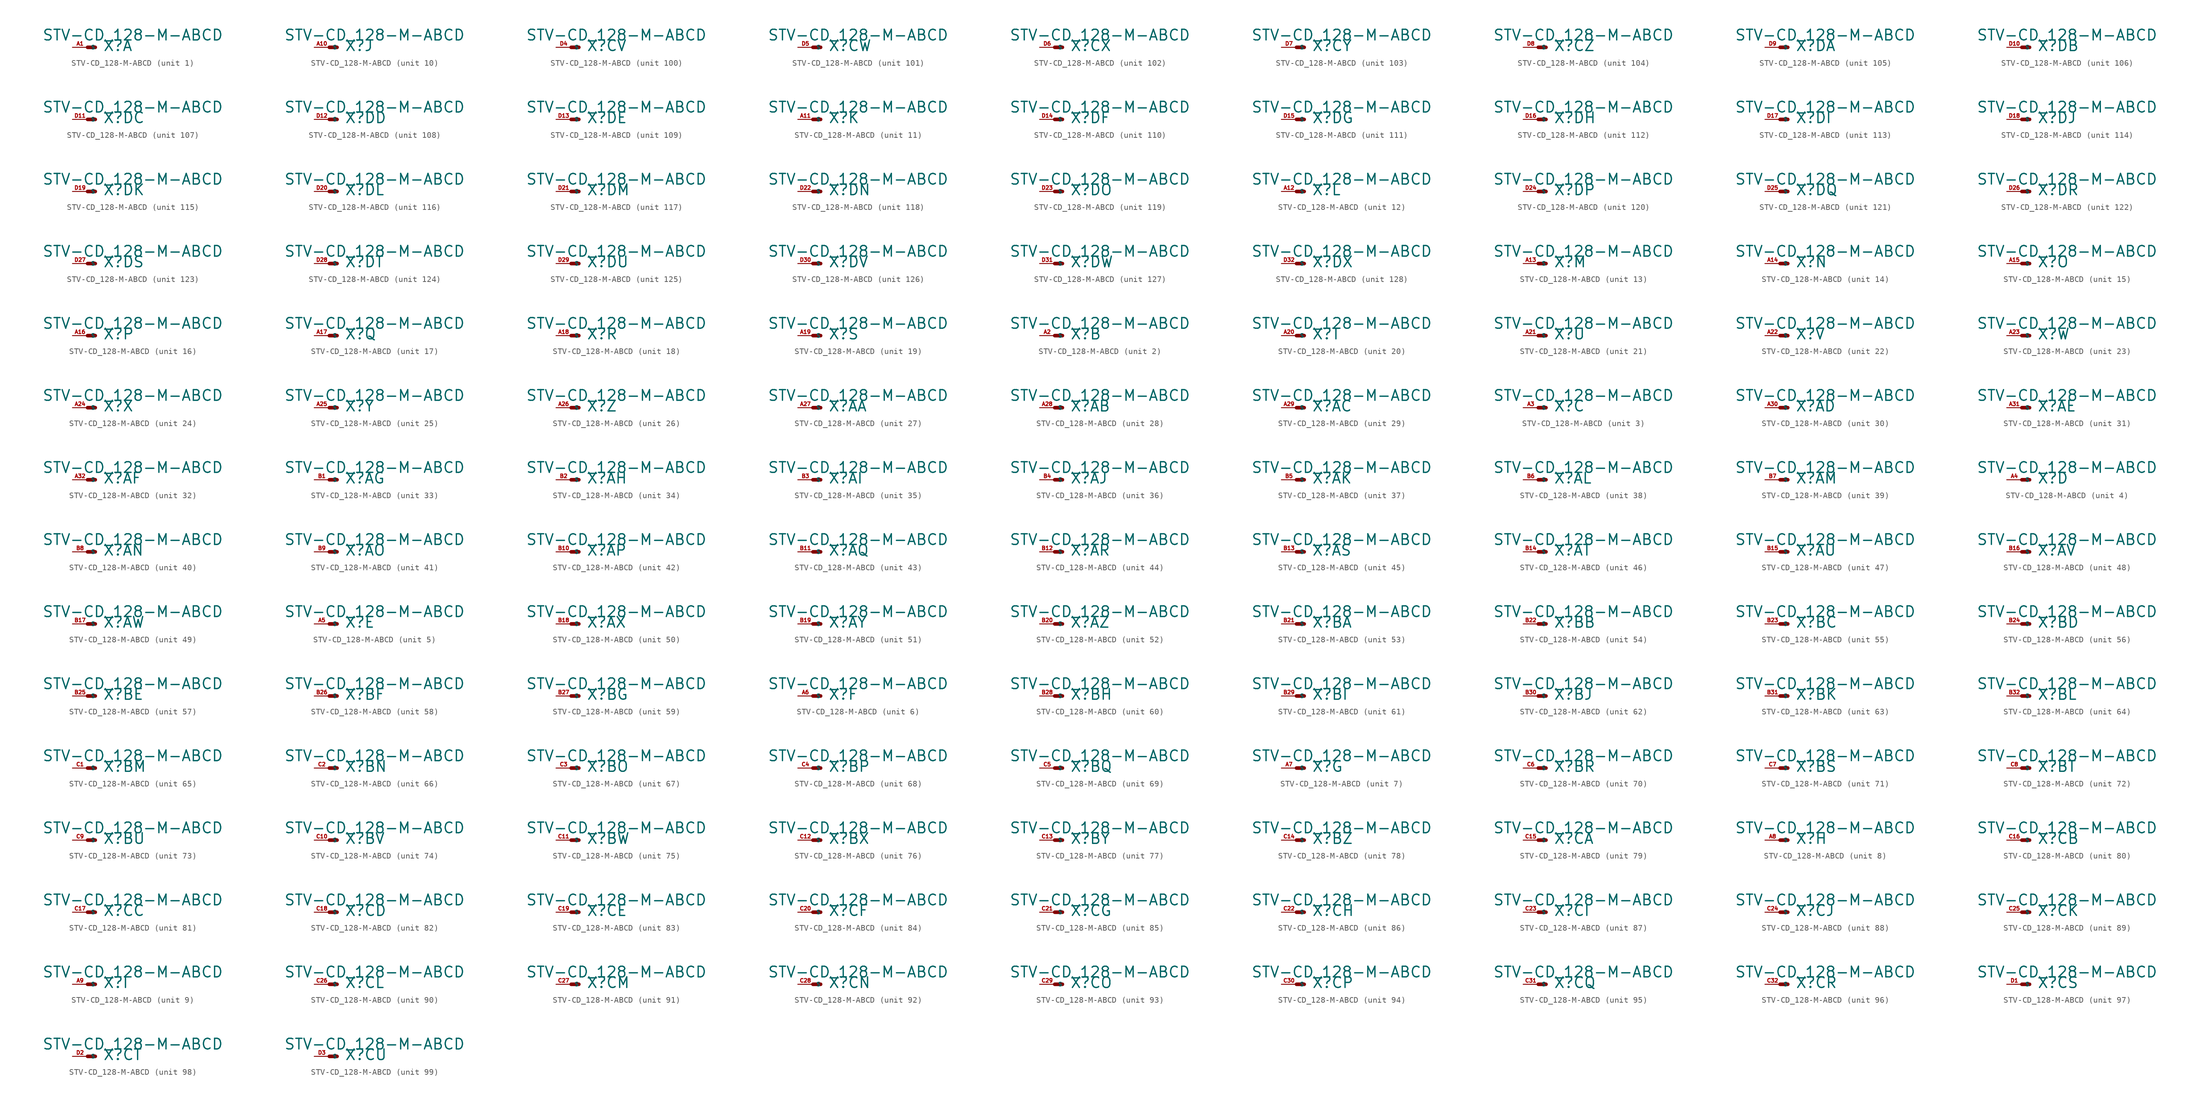
<source format=kicad_sym>
(kicad_symbol_lib
  (version 20220914)
  (generator Eagle2Kicad)
  (symbol "STV-CD_128-M-ABCD"
    (property "Reference" "X"
      (at 2.54 -0.762 0)
      (effects (font (size 1.778 1.778) (thickness 0.22)) (justify left bottom)))
    (property "Value" "STV-CD_128-M-ABCD"
      (at -7.62 1.016 0)
      (effects (font (size 1.778 1.778) (thickness 0.22)) (justify left bottom)))
    (symbol "STV-CD_128-M-ABCD_1_0"
      (polyline (pts (xy 0 0) (xy 1.27 0)) (stroke (width 0.61) (type default)) (fill (type none)))
      (pin passive line (at -2.54 0 0) (length 2.54) (name "S" (effects (font (size 0.635 0.635) (thickness 0.08)) (justify left bottom))) (number "A1" (effects (font (size 0.635 0.635) (thickness 0.08)) (justify left bottom)))))
    (symbol "STV-CD_128-M-ABCD_2_0"
      (polyline (pts (xy 0 0) (xy 1.27 0)) (stroke (width 0.61) (type default)) (fill (type none)))
      (pin passive line (at -2.54 0 0) (length 2.54) (name "S" (effects (font (size 0.635 0.635) (thickness 0.08)) (justify left bottom))) (number "A2" (effects (font (size 0.635 0.635) (thickness 0.08)) (justify left bottom)))))
    (symbol "STV-CD_128-M-ABCD_3_0"
      (polyline (pts (xy 0 0) (xy 1.27 0)) (stroke (width 0.61) (type default)) (fill (type none)))
      (pin passive line (at -2.54 0 0) (length 2.54) (name "S" (effects (font (size 0.635 0.635) (thickness 0.08)) (justify left bottom))) (number "A3" (effects (font (size 0.635 0.635) (thickness 0.08)) (justify left bottom)))))
    (symbol "STV-CD_128-M-ABCD_4_0"
      (polyline (pts (xy 0 0) (xy 1.27 0)) (stroke (width 0.61) (type default)) (fill (type none)))
      (pin passive line (at -2.54 0 0) (length 2.54) (name "S" (effects (font (size 0.635 0.635) (thickness 0.08)) (justify left bottom))) (number "A4" (effects (font (size 0.635 0.635) (thickness 0.08)) (justify left bottom)))))
    (symbol "STV-CD_128-M-ABCD_5_0"
      (polyline (pts (xy 0 0) (xy 1.27 0)) (stroke (width 0.61) (type default)) (fill (type none)))
      (pin passive line (at -2.54 0 0) (length 2.54) (name "S" (effects (font (size 0.635 0.635) (thickness 0.08)) (justify left bottom))) (number "A5" (effects (font (size 0.635 0.635) (thickness 0.08)) (justify left bottom)))))
    (symbol "STV-CD_128-M-ABCD_6_0"
      (polyline (pts (xy 0 0) (xy 1.27 0)) (stroke (width 0.61) (type default)) (fill (type none)))
      (pin passive line (at -2.54 0 0) (length 2.54) (name "S" (effects (font (size 0.635 0.635) (thickness 0.08)) (justify left bottom))) (number "A6" (effects (font (size 0.635 0.635) (thickness 0.08)) (justify left bottom)))))
    (symbol "STV-CD_128-M-ABCD_7_0"
      (polyline (pts (xy 0 0) (xy 1.27 0)) (stroke (width 0.61) (type default)) (fill (type none)))
      (pin passive line (at -2.54 0 0) (length 2.54) (name "S" (effects (font (size 0.635 0.635) (thickness 0.08)) (justify left bottom))) (number "A7" (effects (font (size 0.635 0.635) (thickness 0.08)) (justify left bottom)))))
    (symbol "STV-CD_128-M-ABCD_8_0"
      (polyline (pts (xy 0 0) (xy 1.27 0)) (stroke (width 0.61) (type default)) (fill (type none)))
      (pin passive line (at -2.54 0 0) (length 2.54) (name "S" (effects (font (size 0.635 0.635) (thickness 0.08)) (justify left bottom))) (number "A8" (effects (font (size 0.635 0.635) (thickness 0.08)) (justify left bottom)))))
    (symbol "STV-CD_128-M-ABCD_9_0"
      (polyline (pts (xy 0 0) (xy 1.27 0)) (stroke (width 0.61) (type default)) (fill (type none)))
      (pin passive line (at -2.54 0 0) (length 2.54) (name "S" (effects (font (size 0.635 0.635) (thickness 0.08)) (justify left bottom))) (number "A9" (effects (font (size 0.635 0.635) (thickness 0.08)) (justify left bottom)))))
    (symbol "STV-CD_128-M-ABCD_10_0"
      (polyline (pts (xy 0 0) (xy 1.27 0)) (stroke (width 0.61) (type default)) (fill (type none)))
      (pin passive line (at -2.54 0 0) (length 2.54) (name "S" (effects (font (size 0.635 0.635) (thickness 0.08)) (justify left bottom))) (number "A10" (effects (font (size 0.635 0.635) (thickness 0.08)) (justify left bottom)))))
    (symbol "STV-CD_128-M-ABCD_11_0"
      (polyline (pts (xy 0 0) (xy 1.27 0)) (stroke (width 0.61) (type default)) (fill (type none)))
      (pin passive line (at -2.54 0 0) (length 2.54) (name "S" (effects (font (size 0.635 0.635) (thickness 0.08)) (justify left bottom))) (number "A11" (effects (font (size 0.635 0.635) (thickness 0.08)) (justify left bottom)))))
    (symbol "STV-CD_128-M-ABCD_12_0"
      (polyline (pts (xy 0 0) (xy 1.27 0)) (stroke (width 0.61) (type default)) (fill (type none)))
      (pin passive line (at -2.54 0 0) (length 2.54) (name "S" (effects (font (size 0.635 0.635) (thickness 0.08)) (justify left bottom))) (number "A12" (effects (font (size 0.635 0.635) (thickness 0.08)) (justify left bottom)))))
    (symbol "STV-CD_128-M-ABCD_13_0"
      (polyline (pts (xy 0 0) (xy 1.27 0)) (stroke (width 0.61) (type default)) (fill (type none)))
      (pin passive line (at -2.54 0 0) (length 2.54) (name "S" (effects (font (size 0.635 0.635) (thickness 0.08)) (justify left bottom))) (number "A13" (effects (font (size 0.635 0.635) (thickness 0.08)) (justify left bottom)))))
    (symbol "STV-CD_128-M-ABCD_14_0"
      (polyline (pts (xy 0 0) (xy 1.27 0)) (stroke (width 0.61) (type default)) (fill (type none)))
      (pin passive line (at -2.54 0 0) (length 2.54) (name "S" (effects (font (size 0.635 0.635) (thickness 0.08)) (justify left bottom))) (number "A14" (effects (font (size 0.635 0.635) (thickness 0.08)) (justify left bottom)))))
    (symbol "STV-CD_128-M-ABCD_15_0"
      (polyline (pts (xy 0 0) (xy 1.27 0)) (stroke (width 0.61) (type default)) (fill (type none)))
      (pin passive line (at -2.54 0 0) (length 2.54) (name "S" (effects (font (size 0.635 0.635) (thickness 0.08)) (justify left bottom))) (number "A15" (effects (font (size 0.635 0.635) (thickness 0.08)) (justify left bottom)))))
    (symbol "STV-CD_128-M-ABCD_16_0"
      (polyline (pts (xy 0 0) (xy 1.27 0)) (stroke (width 0.61) (type default)) (fill (type none)))
      (pin passive line (at -2.54 0 0) (length 2.54) (name "S" (effects (font (size 0.635 0.635) (thickness 0.08)) (justify left bottom))) (number "A16" (effects (font (size 0.635 0.635) (thickness 0.08)) (justify left bottom)))))
    (symbol "STV-CD_128-M-ABCD_17_0"
      (polyline (pts (xy 0 0) (xy 1.27 0)) (stroke (width 0.61) (type default)) (fill (type none)))
      (pin passive line (at -2.54 0 0) (length 2.54) (name "S" (effects (font (size 0.635 0.635) (thickness 0.08)) (justify left bottom))) (number "A17" (effects (font (size 0.635 0.635) (thickness 0.08)) (justify left bottom)))))
    (symbol "STV-CD_128-M-ABCD_18_0"
      (polyline (pts (xy 0 0) (xy 1.27 0)) (stroke (width 0.61) (type default)) (fill (type none)))
      (pin passive line (at -2.54 0 0) (length 2.54) (name "S" (effects (font (size 0.635 0.635) (thickness 0.08)) (justify left bottom))) (number "A18" (effects (font (size 0.635 0.635) (thickness 0.08)) (justify left bottom)))))
    (symbol "STV-CD_128-M-ABCD_19_0"
      (polyline (pts (xy 0 0) (xy 1.27 0)) (stroke (width 0.61) (type default)) (fill (type none)))
      (pin passive line (at -2.54 0 0) (length 2.54) (name "S" (effects (font (size 0.635 0.635) (thickness 0.08)) (justify left bottom))) (number "A19" (effects (font (size 0.635 0.635) (thickness 0.08)) (justify left bottom)))))
    (symbol "STV-CD_128-M-ABCD_20_0"
      (polyline (pts (xy 0 0) (xy 1.27 0)) (stroke (width 0.61) (type default)) (fill (type none)))
      (pin passive line (at -2.54 0 0) (length 2.54) (name "S" (effects (font (size 0.635 0.635) (thickness 0.08)) (justify left bottom))) (number "A20" (effects (font (size 0.635 0.635) (thickness 0.08)) (justify left bottom)))))
    (symbol "STV-CD_128-M-ABCD_21_0"
      (polyline (pts (xy 0 0) (xy 1.27 0)) (stroke (width 0.61) (type default)) (fill (type none)))
      (pin passive line (at -2.54 0 0) (length 2.54) (name "S" (effects (font (size 0.635 0.635) (thickness 0.08)) (justify left bottom))) (number "A21" (effects (font (size 0.635 0.635) (thickness 0.08)) (justify left bottom)))))
    (symbol "STV-CD_128-M-ABCD_22_0"
      (polyline (pts (xy 0 0) (xy 1.27 0)) (stroke (width 0.61) (type default)) (fill (type none)))
      (pin passive line (at -2.54 0 0) (length 2.54) (name "S" (effects (font (size 0.635 0.635) (thickness 0.08)) (justify left bottom))) (number "A22" (effects (font (size 0.635 0.635) (thickness 0.08)) (justify left bottom)))))
    (symbol "STV-CD_128-M-ABCD_23_0"
      (polyline (pts (xy 0 0) (xy 1.27 0)) (stroke (width 0.61) (type default)) (fill (type none)))
      (pin passive line (at -2.54 0 0) (length 2.54) (name "S" (effects (font (size 0.635 0.635) (thickness 0.08)) (justify left bottom))) (number "A23" (effects (font (size 0.635 0.635) (thickness 0.08)) (justify left bottom)))))
    (symbol "STV-CD_128-M-ABCD_24_0"
      (polyline (pts (xy 0 0) (xy 1.27 0)) (stroke (width 0.61) (type default)) (fill (type none)))
      (pin passive line (at -2.54 0 0) (length 2.54) (name "S" (effects (font (size 0.635 0.635) (thickness 0.08)) (justify left bottom))) (number "A24" (effects (font (size 0.635 0.635) (thickness 0.08)) (justify left bottom)))))
    (symbol "STV-CD_128-M-ABCD_25_0"
      (polyline (pts (xy 0 0) (xy 1.27 0)) (stroke (width 0.61) (type default)) (fill (type none)))
      (pin passive line (at -2.54 0 0) (length 2.54) (name "S" (effects (font (size 0.635 0.635) (thickness 0.08)) (justify left bottom))) (number "A25" (effects (font (size 0.635 0.635) (thickness 0.08)) (justify left bottom)))))
    (symbol "STV-CD_128-M-ABCD_26_0"
      (polyline (pts (xy 0 0) (xy 1.27 0)) (stroke (width 0.61) (type default)) (fill (type none)))
      (pin passive line (at -2.54 0 0) (length 2.54) (name "S" (effects (font (size 0.635 0.635) (thickness 0.08)) (justify left bottom))) (number "A26" (effects (font (size 0.635 0.635) (thickness 0.08)) (justify left bottom)))))
    (symbol "STV-CD_128-M-ABCD_27_0"
      (polyline (pts (xy 0 0) (xy 1.27 0)) (stroke (width 0.61) (type default)) (fill (type none)))
      (pin passive line (at -2.54 0 0) (length 2.54) (name "S" (effects (font (size 0.635 0.635) (thickness 0.08)) (justify left bottom))) (number "A27" (effects (font (size 0.635 0.635) (thickness 0.08)) (justify left bottom)))))
    (symbol "STV-CD_128-M-ABCD_28_0"
      (polyline (pts (xy 0 0) (xy 1.27 0)) (stroke (width 0.61) (type default)) (fill (type none)))
      (pin passive line (at -2.54 0 0) (length 2.54) (name "S" (effects (font (size 0.635 0.635) (thickness 0.08)) (justify left bottom))) (number "A28" (effects (font (size 0.635 0.635) (thickness 0.08)) (justify left bottom)))))
    (symbol "STV-CD_128-M-ABCD_29_0"
      (polyline (pts (xy 0 0) (xy 1.27 0)) (stroke (width 0.61) (type default)) (fill (type none)))
      (pin passive line (at -2.54 0 0) (length 2.54) (name "S" (effects (font (size 0.635 0.635) (thickness 0.08)) (justify left bottom))) (number "A29" (effects (font (size 0.635 0.635) (thickness 0.08)) (justify left bottom)))))
    (symbol "STV-CD_128-M-ABCD_30_0"
      (polyline (pts (xy 0 0) (xy 1.27 0)) (stroke (width 0.61) (type default)) (fill (type none)))
      (pin passive line (at -2.54 0 0) (length 2.54) (name "S" (effects (font (size 0.635 0.635) (thickness 0.08)) (justify left bottom))) (number "A30" (effects (font (size 0.635 0.635) (thickness 0.08)) (justify left bottom)))))
    (symbol "STV-CD_128-M-ABCD_31_0"
      (polyline (pts (xy 0 0) (xy 1.27 0)) (stroke (width 0.61) (type default)) (fill (type none)))
      (pin passive line (at -2.54 0 0) (length 2.54) (name "S" (effects (font (size 0.635 0.635) (thickness 0.08)) (justify left bottom))) (number "A31" (effects (font (size 0.635 0.635) (thickness 0.08)) (justify left bottom)))))
    (symbol "STV-CD_128-M-ABCD_32_0"
      (polyline (pts (xy 0 0) (xy 1.27 0)) (stroke (width 0.61) (type default)) (fill (type none)))
      (pin passive line (at -2.54 0 0) (length 2.54) (name "S" (effects (font (size 0.635 0.635) (thickness 0.08)) (justify left bottom))) (number "A32" (effects (font (size 0.635 0.635) (thickness 0.08)) (justify left bottom)))))
    (symbol "STV-CD_128-M-ABCD_33_0"
      (polyline (pts (xy 0 0) (xy 1.27 0)) (stroke (width 0.61) (type default)) (fill (type none)))
      (pin passive line (at -2.54 0 0) (length 2.54) (name "S" (effects (font (size 0.635 0.635) (thickness 0.08)) (justify left bottom))) (number "B1" (effects (font (size 0.635 0.635) (thickness 0.08)) (justify left bottom)))))
    (symbol "STV-CD_128-M-ABCD_34_0"
      (polyline (pts (xy 0 0) (xy 1.27 0)) (stroke (width 0.61) (type default)) (fill (type none)))
      (pin passive line (at -2.54 0 0) (length 2.54) (name "S" (effects (font (size 0.635 0.635) (thickness 0.08)) (justify left bottom))) (number "B2" (effects (font (size 0.635 0.635) (thickness 0.08)) (justify left bottom)))))
    (symbol "STV-CD_128-M-ABCD_35_0"
      (polyline (pts (xy 0 0) (xy 1.27 0)) (stroke (width 0.61) (type default)) (fill (type none)))
      (pin passive line (at -2.54 0 0) (length 2.54) (name "S" (effects (font (size 0.635 0.635) (thickness 0.08)) (justify left bottom))) (number "B3" (effects (font (size 0.635 0.635) (thickness 0.08)) (justify left bottom)))))
    (symbol "STV-CD_128-M-ABCD_36_0"
      (polyline (pts (xy 0 0) (xy 1.27 0)) (stroke (width 0.61) (type default)) (fill (type none)))
      (pin passive line (at -2.54 0 0) (length 2.54) (name "S" (effects (font (size 0.635 0.635) (thickness 0.08)) (justify left bottom))) (number "B4" (effects (font (size 0.635 0.635) (thickness 0.08)) (justify left bottom)))))
    (symbol "STV-CD_128-M-ABCD_37_0"
      (polyline (pts (xy 0 0) (xy 1.27 0)) (stroke (width 0.61) (type default)) (fill (type none)))
      (pin passive line (at -2.54 0 0) (length 2.54) (name "S" (effects (font (size 0.635 0.635) (thickness 0.08)) (justify left bottom))) (number "B5" (effects (font (size 0.635 0.635) (thickness 0.08)) (justify left bottom)))))
    (symbol "STV-CD_128-M-ABCD_38_0"
      (polyline (pts (xy 0 0) (xy 1.27 0)) (stroke (width 0.61) (type default)) (fill (type none)))
      (pin passive line (at -2.54 0 0) (length 2.54) (name "S" (effects (font (size 0.635 0.635) (thickness 0.08)) (justify left bottom))) (number "B6" (effects (font (size 0.635 0.635) (thickness 0.08)) (justify left bottom)))))
    (symbol "STV-CD_128-M-ABCD_39_0"
      (polyline (pts (xy 0 0) (xy 1.27 0)) (stroke (width 0.61) (type default)) (fill (type none)))
      (pin passive line (at -2.54 0 0) (length 2.54) (name "S" (effects (font (size 0.635 0.635) (thickness 0.08)) (justify left bottom))) (number "B7" (effects (font (size 0.635 0.635) (thickness 0.08)) (justify left bottom)))))
    (symbol "STV-CD_128-M-ABCD_40_0"
      (polyline (pts (xy 0 0) (xy 1.27 0)) (stroke (width 0.61) (type default)) (fill (type none)))
      (pin passive line (at -2.54 0 0) (length 2.54) (name "S" (effects (font (size 0.635 0.635) (thickness 0.08)) (justify left bottom))) (number "B8" (effects (font (size 0.635 0.635) (thickness 0.08)) (justify left bottom)))))
    (symbol "STV-CD_128-M-ABCD_41_0"
      (polyline (pts (xy 0 0) (xy 1.27 0)) (stroke (width 0.61) (type default)) (fill (type none)))
      (pin passive line (at -2.54 0 0) (length 2.54) (name "S" (effects (font (size 0.635 0.635) (thickness 0.08)) (justify left bottom))) (number "B9" (effects (font (size 0.635 0.635) (thickness 0.08)) (justify left bottom)))))
    (symbol "STV-CD_128-M-ABCD_42_0"
      (polyline (pts (xy 0 0) (xy 1.27 0)) (stroke (width 0.61) (type default)) (fill (type none)))
      (pin passive line (at -2.54 0 0) (length 2.54) (name "S" (effects (font (size 0.635 0.635) (thickness 0.08)) (justify left bottom))) (number "B10" (effects (font (size 0.635 0.635) (thickness 0.08)) (justify left bottom)))))
    (symbol "STV-CD_128-M-ABCD_43_0"
      (polyline (pts (xy 0 0) (xy 1.27 0)) (stroke (width 0.61) (type default)) (fill (type none)))
      (pin passive line (at -2.54 0 0) (length 2.54) (name "S" (effects (font (size 0.635 0.635) (thickness 0.08)) (justify left bottom))) (number "B11" (effects (font (size 0.635 0.635) (thickness 0.08)) (justify left bottom)))))
    (symbol "STV-CD_128-M-ABCD_44_0"
      (polyline (pts (xy 0 0) (xy 1.27 0)) (stroke (width 0.61) (type default)) (fill (type none)))
      (pin passive line (at -2.54 0 0) (length 2.54) (name "S" (effects (font (size 0.635 0.635) (thickness 0.08)) (justify left bottom))) (number "B12" (effects (font (size 0.635 0.635) (thickness 0.08)) (justify left bottom)))))
    (symbol "STV-CD_128-M-ABCD_45_0"
      (polyline (pts (xy 0 0) (xy 1.27 0)) (stroke (width 0.61) (type default)) (fill (type none)))
      (pin passive line (at -2.54 0 0) (length 2.54) (name "S" (effects (font (size 0.635 0.635) (thickness 0.08)) (justify left bottom))) (number "B13" (effects (font (size 0.635 0.635) (thickness 0.08)) (justify left bottom)))))
    (symbol "STV-CD_128-M-ABCD_46_0"
      (polyline (pts (xy 0 0) (xy 1.27 0)) (stroke (width 0.61) (type default)) (fill (type none)))
      (pin passive line (at -2.54 0 0) (length 2.54) (name "S" (effects (font (size 0.635 0.635) (thickness 0.08)) (justify left bottom))) (number "B14" (effects (font (size 0.635 0.635) (thickness 0.08)) (justify left bottom)))))
    (symbol "STV-CD_128-M-ABCD_47_0"
      (polyline (pts (xy 0 0) (xy 1.27 0)) (stroke (width 0.61) (type default)) (fill (type none)))
      (pin passive line (at -2.54 0 0) (length 2.54) (name "S" (effects (font (size 0.635 0.635) (thickness 0.08)) (justify left bottom))) (number "B15" (effects (font (size 0.635 0.635) (thickness 0.08)) (justify left bottom)))))
    (symbol "STV-CD_128-M-ABCD_48_0"
      (polyline (pts (xy 0 0) (xy 1.27 0)) (stroke (width 0.61) (type default)) (fill (type none)))
      (pin passive line (at -2.54 0 0) (length 2.54) (name "S" (effects (font (size 0.635 0.635) (thickness 0.08)) (justify left bottom))) (number "B16" (effects (font (size 0.635 0.635) (thickness 0.08)) (justify left bottom)))))
    (symbol "STV-CD_128-M-ABCD_49_0"
      (polyline (pts (xy 0 0) (xy 1.27 0)) (stroke (width 0.61) (type default)) (fill (type none)))
      (pin passive line (at -2.54 0 0) (length 2.54) (name "S" (effects (font (size 0.635 0.635) (thickness 0.08)) (justify left bottom))) (number "B17" (effects (font (size 0.635 0.635) (thickness 0.08)) (justify left bottom)))))
    (symbol "STV-CD_128-M-ABCD_50_0"
      (polyline (pts (xy 0 0) (xy 1.27 0)) (stroke (width 0.61) (type default)) (fill (type none)))
      (pin passive line (at -2.54 0 0) (length 2.54) (name "S" (effects (font (size 0.635 0.635) (thickness 0.08)) (justify left bottom))) (number "B18" (effects (font (size 0.635 0.635) (thickness 0.08)) (justify left bottom)))))
    (symbol "STV-CD_128-M-ABCD_51_0"
      (polyline (pts (xy 0 0) (xy 1.27 0)) (stroke (width 0.61) (type default)) (fill (type none)))
      (pin passive line (at -2.54 0 0) (length 2.54) (name "S" (effects (font (size 0.635 0.635) (thickness 0.08)) (justify left bottom))) (number "B19" (effects (font (size 0.635 0.635) (thickness 0.08)) (justify left bottom)))))
    (symbol "STV-CD_128-M-ABCD_52_0"
      (polyline (pts (xy 0 0) (xy 1.27 0)) (stroke (width 0.61) (type default)) (fill (type none)))
      (pin passive line (at -2.54 0 0) (length 2.54) (name "S" (effects (font (size 0.635 0.635) (thickness 0.08)) (justify left bottom))) (number "B20" (effects (font (size 0.635 0.635) (thickness 0.08)) (justify left bottom)))))
    (symbol "STV-CD_128-M-ABCD_53_0"
      (polyline (pts (xy 0 0) (xy 1.27 0)) (stroke (width 0.61) (type default)) (fill (type none)))
      (pin passive line (at -2.54 0 0) (length 2.54) (name "S" (effects (font (size 0.635 0.635) (thickness 0.08)) (justify left bottom))) (number "B21" (effects (font (size 0.635 0.635) (thickness 0.08)) (justify left bottom)))))
    (symbol "STV-CD_128-M-ABCD_54_0"
      (polyline (pts (xy 0 0) (xy 1.27 0)) (stroke (width 0.61) (type default)) (fill (type none)))
      (pin passive line (at -2.54 0 0) (length 2.54) (name "S" (effects (font (size 0.635 0.635) (thickness 0.08)) (justify left bottom))) (number "B22" (effects (font (size 0.635 0.635) (thickness 0.08)) (justify left bottom)))))
    (symbol "STV-CD_128-M-ABCD_55_0"
      (polyline (pts (xy 0 0) (xy 1.27 0)) (stroke (width 0.61) (type default)) (fill (type none)))
      (pin passive line (at -2.54 0 0) (length 2.54) (name "S" (effects (font (size 0.635 0.635) (thickness 0.08)) (justify left bottom))) (number "B23" (effects (font (size 0.635 0.635) (thickness 0.08)) (justify left bottom)))))
    (symbol "STV-CD_128-M-ABCD_56_0"
      (polyline (pts (xy 0 0) (xy 1.27 0)) (stroke (width 0.61) (type default)) (fill (type none)))
      (pin passive line (at -2.54 0 0) (length 2.54) (name "S" (effects (font (size 0.635 0.635) (thickness 0.08)) (justify left bottom))) (number "B24" (effects (font (size 0.635 0.635) (thickness 0.08)) (justify left bottom)))))
    (symbol "STV-CD_128-M-ABCD_57_0"
      (polyline (pts (xy 0 0) (xy 1.27 0)) (stroke (width 0.61) (type default)) (fill (type none)))
      (pin passive line (at -2.54 0 0) (length 2.54) (name "S" (effects (font (size 0.635 0.635) (thickness 0.08)) (justify left bottom))) (number "B25" (effects (font (size 0.635 0.635) (thickness 0.08)) (justify left bottom)))))
    (symbol "STV-CD_128-M-ABCD_58_0"
      (polyline (pts (xy 0 0) (xy 1.27 0)) (stroke (width 0.61) (type default)) (fill (type none)))
      (pin passive line (at -2.54 0 0) (length 2.54) (name "S" (effects (font (size 0.635 0.635) (thickness 0.08)) (justify left bottom))) (number "B26" (effects (font (size 0.635 0.635) (thickness 0.08)) (justify left bottom)))))
    (symbol "STV-CD_128-M-ABCD_59_0"
      (polyline (pts (xy 0 0) (xy 1.27 0)) (stroke (width 0.61) (type default)) (fill (type none)))
      (pin passive line (at -2.54 0 0) (length 2.54) (name "S" (effects (font (size 0.635 0.635) (thickness 0.08)) (justify left bottom))) (number "B27" (effects (font (size 0.635 0.635) (thickness 0.08)) (justify left bottom)))))
    (symbol "STV-CD_128-M-ABCD_60_0"
      (polyline (pts (xy 0 0) (xy 1.27 0)) (stroke (width 0.61) (type default)) (fill (type none)))
      (pin passive line (at -2.54 0 0) (length 2.54) (name "S" (effects (font (size 0.635 0.635) (thickness 0.08)) (justify left bottom))) (number "B28" (effects (font (size 0.635 0.635) (thickness 0.08)) (justify left bottom)))))
    (symbol "STV-CD_128-M-ABCD_61_0"
      (polyline (pts (xy 0 0) (xy 1.27 0)) (stroke (width 0.61) (type default)) (fill (type none)))
      (pin passive line (at -2.54 0 0) (length 2.54) (name "S" (effects (font (size 0.635 0.635) (thickness 0.08)) (justify left bottom))) (number "B29" (effects (font (size 0.635 0.635) (thickness 0.08)) (justify left bottom)))))
    (symbol "STV-CD_128-M-ABCD_62_0"
      (polyline (pts (xy 0 0) (xy 1.27 0)) (stroke (width 0.61) (type default)) (fill (type none)))
      (pin passive line (at -2.54 0 0) (length 2.54) (name "S" (effects (font (size 0.635 0.635) (thickness 0.08)) (justify left bottom))) (number "B30" (effects (font (size 0.635 0.635) (thickness 0.08)) (justify left bottom)))))
    (symbol "STV-CD_128-M-ABCD_63_0"
      (polyline (pts (xy 0 0) (xy 1.27 0)) (stroke (width 0.61) (type default)) (fill (type none)))
      (pin passive line (at -2.54 0 0) (length 2.54) (name "S" (effects (font (size 0.635 0.635) (thickness 0.08)) (justify left bottom))) (number "B31" (effects (font (size 0.635 0.635) (thickness 0.08)) (justify left bottom)))))
    (symbol "STV-CD_128-M-ABCD_64_0"
      (polyline (pts (xy 0 0) (xy 1.27 0)) (stroke (width 0.61) (type default)) (fill (type none)))
      (pin passive line (at -2.54 0 0) (length 2.54) (name "S" (effects (font (size 0.635 0.635) (thickness 0.08)) (justify left bottom))) (number "B32" (effects (font (size 0.635 0.635) (thickness 0.08)) (justify left bottom)))))
    (symbol "STV-CD_128-M-ABCD_65_0"
      (polyline (pts (xy 0 0) (xy 1.27 0)) (stroke (width 0.61) (type default)) (fill (type none)))
      (pin passive line (at -2.54 0 0) (length 2.54) (name "S" (effects (font (size 0.635 0.635) (thickness 0.08)) (justify left bottom))) (number "C1" (effects (font (size 0.635 0.635) (thickness 0.08)) (justify left bottom)))))
    (symbol "STV-CD_128-M-ABCD_66_0"
      (polyline (pts (xy 0 0) (xy 1.27 0)) (stroke (width 0.61) (type default)) (fill (type none)))
      (pin passive line (at -2.54 0 0) (length 2.54) (name "S" (effects (font (size 0.635 0.635) (thickness 0.08)) (justify left bottom))) (number "C2" (effects (font (size 0.635 0.635) (thickness 0.08)) (justify left bottom)))))
    (symbol "STV-CD_128-M-ABCD_67_0"
      (polyline (pts (xy 0 0) (xy 1.27 0)) (stroke (width 0.61) (type default)) (fill (type none)))
      (pin passive line (at -2.54 0 0) (length 2.54) (name "S" (effects (font (size 0.635 0.635) (thickness 0.08)) (justify left bottom))) (number "C3" (effects (font (size 0.635 0.635) (thickness 0.08)) (justify left bottom)))))
    (symbol "STV-CD_128-M-ABCD_68_0"
      (polyline (pts (xy 0 0) (xy 1.27 0)) (stroke (width 0.61) (type default)) (fill (type none)))
      (pin passive line (at -2.54 0 0) (length 2.54) (name "S" (effects (font (size 0.635 0.635) (thickness 0.08)) (justify left bottom))) (number "C4" (effects (font (size 0.635 0.635) (thickness 0.08)) (justify left bottom)))))
    (symbol "STV-CD_128-M-ABCD_69_0"
      (polyline (pts (xy 0 0) (xy 1.27 0)) (stroke (width 0.61) (type default)) (fill (type none)))
      (pin passive line (at -2.54 0 0) (length 2.54) (name "S" (effects (font (size 0.635 0.635) (thickness 0.08)) (justify left bottom))) (number "C5" (effects (font (size 0.635 0.635) (thickness 0.08)) (justify left bottom)))))
    (symbol "STV-CD_128-M-ABCD_70_0"
      (polyline (pts (xy 0 0) (xy 1.27 0)) (stroke (width 0.61) (type default)) (fill (type none)))
      (pin passive line (at -2.54 0 0) (length 2.54) (name "S" (effects (font (size 0.635 0.635) (thickness 0.08)) (justify left bottom))) (number "C6" (effects (font (size 0.635 0.635) (thickness 0.08)) (justify left bottom)))))
    (symbol "STV-CD_128-M-ABCD_71_0"
      (polyline (pts (xy 0 0) (xy 1.27 0)) (stroke (width 0.61) (type default)) (fill (type none)))
      (pin passive line (at -2.54 0 0) (length 2.54) (name "S" (effects (font (size 0.635 0.635) (thickness 0.08)) (justify left bottom))) (number "C7" (effects (font (size 0.635 0.635) (thickness 0.08)) (justify left bottom)))))
    (symbol "STV-CD_128-M-ABCD_72_0"
      (polyline (pts (xy 0 0) (xy 1.27 0)) (stroke (width 0.61) (type default)) (fill (type none)))
      (pin passive line (at -2.54 0 0) (length 2.54) (name "S" (effects (font (size 0.635 0.635) (thickness 0.08)) (justify left bottom))) (number "C8" (effects (font (size 0.635 0.635) (thickness 0.08)) (justify left bottom)))))
    (symbol "STV-CD_128-M-ABCD_73_0"
      (polyline (pts (xy 0 0) (xy 1.27 0)) (stroke (width 0.61) (type default)) (fill (type none)))
      (pin passive line (at -2.54 0 0) (length 2.54) (name "S" (effects (font (size 0.635 0.635) (thickness 0.08)) (justify left bottom))) (number "C9" (effects (font (size 0.635 0.635) (thickness 0.08)) (justify left bottom)))))
    (symbol "STV-CD_128-M-ABCD_74_0"
      (polyline (pts (xy 0 0) (xy 1.27 0)) (stroke (width 0.61) (type default)) (fill (type none)))
      (pin passive line (at -2.54 0 0) (length 2.54) (name "S" (effects (font (size 0.635 0.635) (thickness 0.08)) (justify left bottom))) (number "C10" (effects (font (size 0.635 0.635) (thickness 0.08)) (justify left bottom)))))
    (symbol "STV-CD_128-M-ABCD_75_0"
      (polyline (pts (xy 0 0) (xy 1.27 0)) (stroke (width 0.61) (type default)) (fill (type none)))
      (pin passive line (at -2.54 0 0) (length 2.54) (name "S" (effects (font (size 0.635 0.635) (thickness 0.08)) (justify left bottom))) (number "C11" (effects (font (size 0.635 0.635) (thickness 0.08)) (justify left bottom)))))
    (symbol "STV-CD_128-M-ABCD_76_0"
      (polyline (pts (xy 0 0) (xy 1.27 0)) (stroke (width 0.61) (type default)) (fill (type none)))
      (pin passive line (at -2.54 0 0) (length 2.54) (name "S" (effects (font (size 0.635 0.635) (thickness 0.08)) (justify left bottom))) (number "C12" (effects (font (size 0.635 0.635) (thickness 0.08)) (justify left bottom)))))
    (symbol "STV-CD_128-M-ABCD_77_0"
      (polyline (pts (xy 0 0) (xy 1.27 0)) (stroke (width 0.61) (type default)) (fill (type none)))
      (pin passive line (at -2.54 0 0) (length 2.54) (name "S" (effects (font (size 0.635 0.635) (thickness 0.08)) (justify left bottom))) (number "C13" (effects (font (size 0.635 0.635) (thickness 0.08)) (justify left bottom)))))
    (symbol "STV-CD_128-M-ABCD_78_0"
      (polyline (pts (xy 0 0) (xy 1.27 0)) (stroke (width 0.61) (type default)) (fill (type none)))
      (pin passive line (at -2.54 0 0) (length 2.54) (name "S" (effects (font (size 0.635 0.635) (thickness 0.08)) (justify left bottom))) (number "C14" (effects (font (size 0.635 0.635) (thickness 0.08)) (justify left bottom)))))
    (symbol "STV-CD_128-M-ABCD_79_0"
      (polyline (pts (xy 0 0) (xy 1.27 0)) (stroke (width 0.61) (type default)) (fill (type none)))
      (pin passive line (at -2.54 0 0) (length 2.54) (name "S" (effects (font (size 0.635 0.635) (thickness 0.08)) (justify left bottom))) (number "C15" (effects (font (size 0.635 0.635) (thickness 0.08)) (justify left bottom)))))
    (symbol "STV-CD_128-M-ABCD_80_0"
      (polyline (pts (xy 0 0) (xy 1.27 0)) (stroke (width 0.61) (type default)) (fill (type none)))
      (pin passive line (at -2.54 0 0) (length 2.54) (name "S" (effects (font (size 0.635 0.635) (thickness 0.08)) (justify left bottom))) (number "C16" (effects (font (size 0.635 0.635) (thickness 0.08)) (justify left bottom)))))
    (symbol "STV-CD_128-M-ABCD_81_0"
      (polyline (pts (xy 0 0) (xy 1.27 0)) (stroke (width 0.61) (type default)) (fill (type none)))
      (pin passive line (at -2.54 0 0) (length 2.54) (name "S" (effects (font (size 0.635 0.635) (thickness 0.08)) (justify left bottom))) (number "C17" (effects (font (size 0.635 0.635) (thickness 0.08)) (justify left bottom)))))
    (symbol "STV-CD_128-M-ABCD_82_0"
      (polyline (pts (xy 0 0) (xy 1.27 0)) (stroke (width 0.61) (type default)) (fill (type none)))
      (pin passive line (at -2.54 0 0) (length 2.54) (name "S" (effects (font (size 0.635 0.635) (thickness 0.08)) (justify left bottom))) (number "C18" (effects (font (size 0.635 0.635) (thickness 0.08)) (justify left bottom)))))
    (symbol "STV-CD_128-M-ABCD_83_0"
      (polyline (pts (xy 0 0) (xy 1.27 0)) (stroke (width 0.61) (type default)) (fill (type none)))
      (pin passive line (at -2.54 0 0) (length 2.54) (name "S" (effects (font (size 0.635 0.635) (thickness 0.08)) (justify left bottom))) (number "C19" (effects (font (size 0.635 0.635) (thickness 0.08)) (justify left bottom)))))
    (symbol "STV-CD_128-M-ABCD_84_0"
      (polyline (pts (xy 0 0) (xy 1.27 0)) (stroke (width 0.61) (type default)) (fill (type none)))
      (pin passive line (at -2.54 0 0) (length 2.54) (name "S" (effects (font (size 0.635 0.635) (thickness 0.08)) (justify left bottom))) (number "C20" (effects (font (size 0.635 0.635) (thickness 0.08)) (justify left bottom)))))
    (symbol "STV-CD_128-M-ABCD_85_0"
      (polyline (pts (xy 0 0) (xy 1.27 0)) (stroke (width 0.61) (type default)) (fill (type none)))
      (pin passive line (at -2.54 0 0) (length 2.54) (name "S" (effects (font (size 0.635 0.635) (thickness 0.08)) (justify left bottom))) (number "C21" (effects (font (size 0.635 0.635) (thickness 0.08)) (justify left bottom)))))
    (symbol "STV-CD_128-M-ABCD_86_0"
      (polyline (pts (xy 0 0) (xy 1.27 0)) (stroke (width 0.61) (type default)) (fill (type none)))
      (pin passive line (at -2.54 0 0) (length 2.54) (name "S" (effects (font (size 0.635 0.635) (thickness 0.08)) (justify left bottom))) (number "C22" (effects (font (size 0.635 0.635) (thickness 0.08)) (justify left bottom)))))
    (symbol "STV-CD_128-M-ABCD_87_0"
      (polyline (pts (xy 0 0) (xy 1.27 0)) (stroke (width 0.61) (type default)) (fill (type none)))
      (pin passive line (at -2.54 0 0) (length 2.54) (name "S" (effects (font (size 0.635 0.635) (thickness 0.08)) (justify left bottom))) (number "C23" (effects (font (size 0.635 0.635) (thickness 0.08)) (justify left bottom)))))
    (symbol "STV-CD_128-M-ABCD_88_0"
      (polyline (pts (xy 0 0) (xy 1.27 0)) (stroke (width 0.61) (type default)) (fill (type none)))
      (pin passive line (at -2.54 0 0) (length 2.54) (name "S" (effects (font (size 0.635 0.635) (thickness 0.08)) (justify left bottom))) (number "C24" (effects (font (size 0.635 0.635) (thickness 0.08)) (justify left bottom)))))
    (symbol "STV-CD_128-M-ABCD_89_0"
      (polyline (pts (xy 0 0) (xy 1.27 0)) (stroke (width 0.61) (type default)) (fill (type none)))
      (pin passive line (at -2.54 0 0) (length 2.54) (name "S" (effects (font (size 0.635 0.635) (thickness 0.08)) (justify left bottom))) (number "C25" (effects (font (size 0.635 0.635) (thickness 0.08)) (justify left bottom)))))
    (symbol "STV-CD_128-M-ABCD_90_0"
      (polyline (pts (xy 0 0) (xy 1.27 0)) (stroke (width 0.61) (type default)) (fill (type none)))
      (pin passive line (at -2.54 0 0) (length 2.54) (name "S" (effects (font (size 0.635 0.635) (thickness 0.08)) (justify left bottom))) (number "C26" (effects (font (size 0.635 0.635) (thickness 0.08)) (justify left bottom)))))
    (symbol "STV-CD_128-M-ABCD_91_0"
      (polyline (pts (xy 0 0) (xy 1.27 0)) (stroke (width 0.61) (type default)) (fill (type none)))
      (pin passive line (at -2.54 0 0) (length 2.54) (name "S" (effects (font (size 0.635 0.635) (thickness 0.08)) (justify left bottom))) (number "C27" (effects (font (size 0.635 0.635) (thickness 0.08)) (justify left bottom)))))
    (symbol "STV-CD_128-M-ABCD_92_0"
      (polyline (pts (xy 0 0) (xy 1.27 0)) (stroke (width 0.61) (type default)) (fill (type none)))
      (pin passive line (at -2.54 0 0) (length 2.54) (name "S" (effects (font (size 0.635 0.635) (thickness 0.08)) (justify left bottom))) (number "C28" (effects (font (size 0.635 0.635) (thickness 0.08)) (justify left bottom)))))
    (symbol "STV-CD_128-M-ABCD_93_0"
      (polyline (pts (xy 0 0) (xy 1.27 0)) (stroke (width 0.61) (type default)) (fill (type none)))
      (pin passive line (at -2.54 0 0) (length 2.54) (name "S" (effects (font (size 0.635 0.635) (thickness 0.08)) (justify left bottom))) (number "C29" (effects (font (size 0.635 0.635) (thickness 0.08)) (justify left bottom)))))
    (symbol "STV-CD_128-M-ABCD_94_0"
      (polyline (pts (xy 0 0) (xy 1.27 0)) (stroke (width 0.61) (type default)) (fill (type none)))
      (pin passive line (at -2.54 0 0) (length 2.54) (name "S" (effects (font (size 0.635 0.635) (thickness 0.08)) (justify left bottom))) (number "C30" (effects (font (size 0.635 0.635) (thickness 0.08)) (justify left bottom)))))
    (symbol "STV-CD_128-M-ABCD_95_0"
      (polyline (pts (xy 0 0) (xy 1.27 0)) (stroke (width 0.61) (type default)) (fill (type none)))
      (pin passive line (at -2.54 0 0) (length 2.54) (name "S" (effects (font (size 0.635 0.635) (thickness 0.08)) (justify left bottom))) (number "C31" (effects (font (size 0.635 0.635) (thickness 0.08)) (justify left bottom)))))
    (symbol "STV-CD_128-M-ABCD_96_0"
      (polyline (pts (xy 0 0) (xy 1.27 0)) (stroke (width 0.61) (type default)) (fill (type none)))
      (pin passive line (at -2.54 0 0) (length 2.54) (name "S" (effects (font (size 0.635 0.635) (thickness 0.08)) (justify left bottom))) (number "C32" (effects (font (size 0.635 0.635) (thickness 0.08)) (justify left bottom)))))
    (symbol "STV-CD_128-M-ABCD_97_0"
      (polyline (pts (xy 0 0) (xy 1.27 0)) (stroke (width 0.61) (type default)) (fill (type none)))
      (pin passive line (at -2.54 0 0) (length 2.54) (name "S" (effects (font (size 0.635 0.635) (thickness 0.08)) (justify left bottom))) (number "D1" (effects (font (size 0.635 0.635) (thickness 0.08)) (justify left bottom)))))
    (symbol "STV-CD_128-M-ABCD_98_0"
      (polyline (pts (xy 0 0) (xy 1.27 0)) (stroke (width 0.61) (type default)) (fill (type none)))
      (pin passive line (at -2.54 0 0) (length 2.54) (name "S" (effects (font (size 0.635 0.635) (thickness 0.08)) (justify left bottom))) (number "D2" (effects (font (size 0.635 0.635) (thickness 0.08)) (justify left bottom)))))
    (symbol "STV-CD_128-M-ABCD_99_0"
      (polyline (pts (xy 0 0) (xy 1.27 0)) (stroke (width 0.61) (type default)) (fill (type none)))
      (pin passive line (at -2.54 0 0) (length 2.54) (name "S" (effects (font (size 0.635 0.635) (thickness 0.08)) (justify left bottom))) (number "D3" (effects (font (size 0.635 0.635) (thickness 0.08)) (justify left bottom)))))
    (symbol "STV-CD_128-M-ABCD_100_0"
      (polyline (pts (xy 0 0) (xy 1.27 0)) (stroke (width 0.61) (type default)) (fill (type none)))
      (pin passive line (at -2.54 0 0) (length 2.54) (name "S" (effects (font (size 0.635 0.635) (thickness 0.08)) (justify left bottom))) (number "D4" (effects (font (size 0.635 0.635) (thickness 0.08)) (justify left bottom)))))
    (symbol "STV-CD_128-M-ABCD_101_0"
      (polyline (pts (xy 0 0) (xy 1.27 0)) (stroke (width 0.61) (type default)) (fill (type none)))
      (pin passive line (at -2.54 0 0) (length 2.54) (name "S" (effects (font (size 0.635 0.635) (thickness 0.08)) (justify left bottom))) (number "D5" (effects (font (size 0.635 0.635) (thickness 0.08)) (justify left bottom)))))
    (symbol "STV-CD_128-M-ABCD_102_0"
      (polyline (pts (xy 0 0) (xy 1.27 0)) (stroke (width 0.61) (type default)) (fill (type none)))
      (pin passive line (at -2.54 0 0) (length 2.54) (name "S" (effects (font (size 0.635 0.635) (thickness 0.08)) (justify left bottom))) (number "D6" (effects (font (size 0.635 0.635) (thickness 0.08)) (justify left bottom)))))
    (symbol "STV-CD_128-M-ABCD_103_0"
      (polyline (pts (xy 0 0) (xy 1.27 0)) (stroke (width 0.61) (type default)) (fill (type none)))
      (pin passive line (at -2.54 0 0) (length 2.54) (name "S" (effects (font (size 0.635 0.635) (thickness 0.08)) (justify left bottom))) (number "D7" (effects (font (size 0.635 0.635) (thickness 0.08)) (justify left bottom)))))
    (symbol "STV-CD_128-M-ABCD_104_0"
      (polyline (pts (xy 0 0) (xy 1.27 0)) (stroke (width 0.61) (type default)) (fill (type none)))
      (pin passive line (at -2.54 0 0) (length 2.54) (name "S" (effects (font (size 0.635 0.635) (thickness 0.08)) (justify left bottom))) (number "D8" (effects (font (size 0.635 0.635) (thickness 0.08)) (justify left bottom)))))
    (symbol "STV-CD_128-M-ABCD_105_0"
      (polyline (pts (xy 0 0) (xy 1.27 0)) (stroke (width 0.61) (type default)) (fill (type none)))
      (pin passive line (at -2.54 0 0) (length 2.54) (name "S" (effects (font (size 0.635 0.635) (thickness 0.08)) (justify left bottom))) (number "D9" (effects (font (size 0.635 0.635) (thickness 0.08)) (justify left bottom)))))
    (symbol "STV-CD_128-M-ABCD_106_0"
      (polyline (pts (xy 0 0) (xy 1.27 0)) (stroke (width 0.61) (type default)) (fill (type none)))
      (pin passive line (at -2.54 0 0) (length 2.54) (name "S" (effects (font (size 0.635 0.635) (thickness 0.08)) (justify left bottom))) (number "D10" (effects (font (size 0.635 0.635) (thickness 0.08)) (justify left bottom)))))
    (symbol "STV-CD_128-M-ABCD_107_0"
      (polyline (pts (xy 0 0) (xy 1.27 0)) (stroke (width 0.61) (type default)) (fill (type none)))
      (pin passive line (at -2.54 0 0) (length 2.54) (name "S" (effects (font (size 0.635 0.635) (thickness 0.08)) (justify left bottom))) (number "D11" (effects (font (size 0.635 0.635) (thickness 0.08)) (justify left bottom)))))
    (symbol "STV-CD_128-M-ABCD_108_0"
      (polyline (pts (xy 0 0) (xy 1.27 0)) (stroke (width 0.61) (type default)) (fill (type none)))
      (pin passive line (at -2.54 0 0) (length 2.54) (name "S" (effects (font (size 0.635 0.635) (thickness 0.08)) (justify left bottom))) (number "D12" (effects (font (size 0.635 0.635) (thickness 0.08)) (justify left bottom)))))
    (symbol "STV-CD_128-M-ABCD_109_0"
      (polyline (pts (xy 0 0) (xy 1.27 0)) (stroke (width 0.61) (type default)) (fill (type none)))
      (pin passive line (at -2.54 0 0) (length 2.54) (name "S" (effects (font (size 0.635 0.635) (thickness 0.08)) (justify left bottom))) (number "D13" (effects (font (size 0.635 0.635) (thickness 0.08)) (justify left bottom)))))
    (symbol "STV-CD_128-M-ABCD_110_0"
      (polyline (pts (xy 0 0) (xy 1.27 0)) (stroke (width 0.61) (type default)) (fill (type none)))
      (pin passive line (at -2.54 0 0) (length 2.54) (name "S" (effects (font (size 0.635 0.635) (thickness 0.08)) (justify left bottom))) (number "D14" (effects (font (size 0.635 0.635) (thickness 0.08)) (justify left bottom)))))
    (symbol "STV-CD_128-M-ABCD_111_0"
      (polyline (pts (xy 0 0) (xy 1.27 0)) (stroke (width 0.61) (type default)) (fill (type none)))
      (pin passive line (at -2.54 0 0) (length 2.54) (name "S" (effects (font (size 0.635 0.635) (thickness 0.08)) (justify left bottom))) (number "D15" (effects (font (size 0.635 0.635) (thickness 0.08)) (justify left bottom)))))
    (symbol "STV-CD_128-M-ABCD_112_0"
      (polyline (pts (xy 0 0) (xy 1.27 0)) (stroke (width 0.61) (type default)) (fill (type none)))
      (pin passive line (at -2.54 0 0) (length 2.54) (name "S" (effects (font (size 0.635 0.635) (thickness 0.08)) (justify left bottom))) (number "D16" (effects (font (size 0.635 0.635) (thickness 0.08)) (justify left bottom)))))
    (symbol "STV-CD_128-M-ABCD_113_0"
      (polyline (pts (xy 0 0) (xy 1.27 0)) (stroke (width 0.61) (type default)) (fill (type none)))
      (pin passive line (at -2.54 0 0) (length 2.54) (name "S" (effects (font (size 0.635 0.635) (thickness 0.08)) (justify left bottom))) (number "D17" (effects (font (size 0.635 0.635) (thickness 0.08)) (justify left bottom)))))
    (symbol "STV-CD_128-M-ABCD_114_0"
      (polyline (pts (xy 0 0) (xy 1.27 0)) (stroke (width 0.61) (type default)) (fill (type none)))
      (pin passive line (at -2.54 0 0) (length 2.54) (name "S" (effects (font (size 0.635 0.635) (thickness 0.08)) (justify left bottom))) (number "D18" (effects (font (size 0.635 0.635) (thickness 0.08)) (justify left bottom)))))
    (symbol "STV-CD_128-M-ABCD_115_0"
      (polyline (pts (xy 0 0) (xy 1.27 0)) (stroke (width 0.61) (type default)) (fill (type none)))
      (pin passive line (at -2.54 0 0) (length 2.54) (name "S" (effects (font (size 0.635 0.635) (thickness 0.08)) (justify left bottom))) (number "D19" (effects (font (size 0.635 0.635) (thickness 0.08)) (justify left bottom)))))
    (symbol "STV-CD_128-M-ABCD_116_0"
      (polyline (pts (xy 0 0) (xy 1.27 0)) (stroke (width 0.61) (type default)) (fill (type none)))
      (pin passive line (at -2.54 0 0) (length 2.54) (name "S" (effects (font (size 0.635 0.635) (thickness 0.08)) (justify left bottom))) (number "D20" (effects (font (size 0.635 0.635) (thickness 0.08)) (justify left bottom)))))
    (symbol "STV-CD_128-M-ABCD_117_0"
      (polyline (pts (xy 0 0) (xy 1.27 0)) (stroke (width 0.61) (type default)) (fill (type none)))
      (pin passive line (at -2.54 0 0) (length 2.54) (name "S" (effects (font (size 0.635 0.635) (thickness 0.08)) (justify left bottom))) (number "D21" (effects (font (size 0.635 0.635) (thickness 0.08)) (justify left bottom)))))
    (symbol "STV-CD_128-M-ABCD_118_0"
      (polyline (pts (xy 0 0) (xy 1.27 0)) (stroke (width 0.61) (type default)) (fill (type none)))
      (pin passive line (at -2.54 0 0) (length 2.54) (name "S" (effects (font (size 0.635 0.635) (thickness 0.08)) (justify left bottom))) (number "D22" (effects (font (size 0.635 0.635) (thickness 0.08)) (justify left bottom)))))
    (symbol "STV-CD_128-M-ABCD_119_0"
      (polyline (pts (xy 0 0) (xy 1.27 0)) (stroke (width 0.61) (type default)) (fill (type none)))
      (pin passive line (at -2.54 0 0) (length 2.54) (name "S" (effects (font (size 0.635 0.635) (thickness 0.08)) (justify left bottom))) (number "D23" (effects (font (size 0.635 0.635) (thickness 0.08)) (justify left bottom)))))
    (symbol "STV-CD_128-M-ABCD_120_0"
      (polyline (pts (xy 0 0) (xy 1.27 0)) (stroke (width 0.61) (type default)) (fill (type none)))
      (pin passive line (at -2.54 0 0) (length 2.54) (name "S" (effects (font (size 0.635 0.635) (thickness 0.08)) (justify left bottom))) (number "D24" (effects (font (size 0.635 0.635) (thickness 0.08)) (justify left bottom)))))
    (symbol "STV-CD_128-M-ABCD_121_0"
      (polyline (pts (xy 0 0) (xy 1.27 0)) (stroke (width 0.61) (type default)) (fill (type none)))
      (pin passive line (at -2.54 0 0) (length 2.54) (name "S" (effects (font (size 0.635 0.635) (thickness 0.08)) (justify left bottom))) (number "D25" (effects (font (size 0.635 0.635) (thickness 0.08)) (justify left bottom)))))
    (symbol "STV-CD_128-M-ABCD_122_0"
      (polyline (pts (xy 0 0) (xy 1.27 0)) (stroke (width 0.61) (type default)) (fill (type none)))
      (pin passive line (at -2.54 0 0) (length 2.54) (name "S" (effects (font (size 0.635 0.635) (thickness 0.08)) (justify left bottom))) (number "D26" (effects (font (size 0.635 0.635) (thickness 0.08)) (justify left bottom)))))
    (symbol "STV-CD_128-M-ABCD_123_0"
      (polyline (pts (xy 0 0) (xy 1.27 0)) (stroke (width 0.61) (type default)) (fill (type none)))
      (pin passive line (at -2.54 0 0) (length 2.54) (name "S" (effects (font (size 0.635 0.635) (thickness 0.08)) (justify left bottom))) (number "D27" (effects (font (size 0.635 0.635) (thickness 0.08)) (justify left bottom)))))
    (symbol "STV-CD_128-M-ABCD_124_0"
      (polyline (pts (xy 0 0) (xy 1.27 0)) (stroke (width 0.61) (type default)) (fill (type none)))
      (pin passive line (at -2.54 0 0) (length 2.54) (name "S" (effects (font (size 0.635 0.635) (thickness 0.08)) (justify left bottom))) (number "D28" (effects (font (size 0.635 0.635) (thickness 0.08)) (justify left bottom)))))
    (symbol "STV-CD_128-M-ABCD_125_0"
      (polyline (pts (xy 0 0) (xy 1.27 0)) (stroke (width 0.61) (type default)) (fill (type none)))
      (pin passive line (at -2.54 0 0) (length 2.54) (name "S" (effects (font (size 0.635 0.635) (thickness 0.08)) (justify left bottom))) (number "D29" (effects (font (size 0.635 0.635) (thickness 0.08)) (justify left bottom)))))
    (symbol "STV-CD_128-M-ABCD_126_0"
      (polyline (pts (xy 0 0) (xy 1.27 0)) (stroke (width 0.61) (type default)) (fill (type none)))
      (pin passive line (at -2.54 0 0) (length 2.54) (name "S" (effects (font (size 0.635 0.635) (thickness 0.08)) (justify left bottom))) (number "D30" (effects (font (size 0.635 0.635) (thickness 0.08)) (justify left bottom)))))
    (symbol "STV-CD_128-M-ABCD_127_0"
      (polyline (pts (xy 0 0) (xy 1.27 0)) (stroke (width 0.61) (type default)) (fill (type none)))
      (pin passive line (at -2.54 0 0) (length 2.54) (name "S" (effects (font (size 0.635 0.635) (thickness 0.08)) (justify left bottom))) (number "D31" (effects (font (size 0.635 0.635) (thickness 0.08)) (justify left bottom)))))
    (symbol "STV-CD_128-M-ABCD_128_0"
      (polyline (pts (xy 0 0) (xy 1.27 0)) (stroke (width 0.61) (type default)) (fill (type none)))
      (pin passive line (at -2.54 0 0) (length 2.54) (name "S" (effects (font (size 0.635 0.635) (thickness 0.08)) (justify left bottom))) (number "D32" (effects (font (size 0.635 0.635) (thickness 0.08)) (justify left bottom)))))))
</source>
